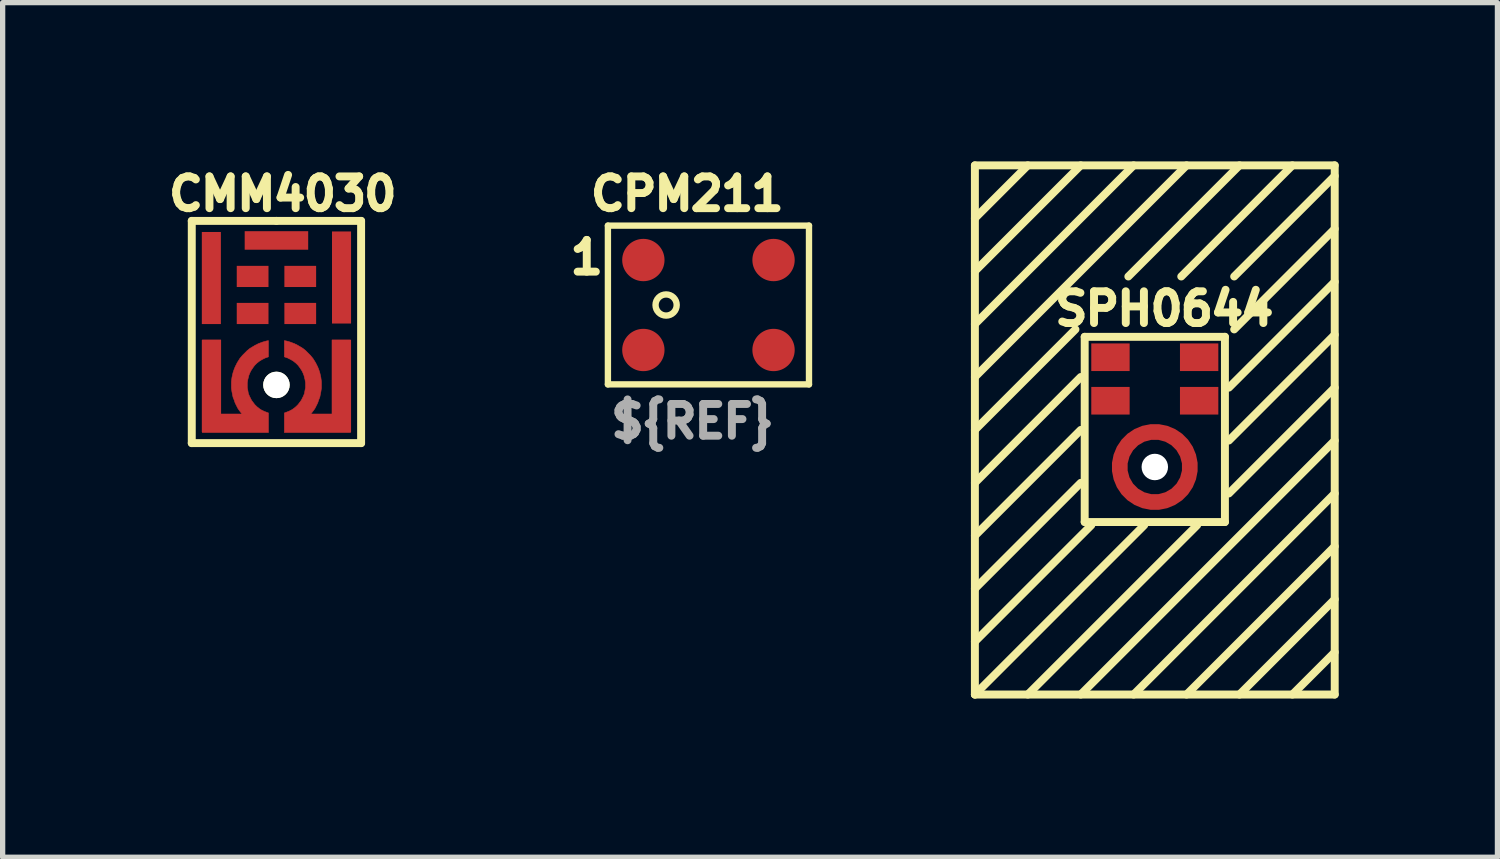
<source format=kicad_pcb>
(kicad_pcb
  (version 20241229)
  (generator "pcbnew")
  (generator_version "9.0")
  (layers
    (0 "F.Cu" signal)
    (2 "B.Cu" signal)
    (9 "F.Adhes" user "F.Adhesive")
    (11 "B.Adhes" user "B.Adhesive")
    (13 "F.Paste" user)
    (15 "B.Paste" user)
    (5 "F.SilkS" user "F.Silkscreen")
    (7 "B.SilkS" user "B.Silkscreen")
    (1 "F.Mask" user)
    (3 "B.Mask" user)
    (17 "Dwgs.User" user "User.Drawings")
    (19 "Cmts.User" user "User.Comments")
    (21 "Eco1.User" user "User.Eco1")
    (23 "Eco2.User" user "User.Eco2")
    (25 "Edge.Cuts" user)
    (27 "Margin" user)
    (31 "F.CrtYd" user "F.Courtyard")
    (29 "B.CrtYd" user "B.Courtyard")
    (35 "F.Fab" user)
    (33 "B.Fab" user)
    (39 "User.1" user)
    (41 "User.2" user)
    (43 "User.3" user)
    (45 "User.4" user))
  (footprint "CMM4030"
    (layer "F.Cu")
    (at 2.174 4.224)
    (property "Reference" "CMM4030" (at 0.12 -3.61 0) (layer "F.SilkS") (effects (font (size 0.6 0.6) (thickness 0.15))))
    (attr through_hole)
    (fp_poly (pts (xy -1.051 -0.85) (xy -1.401 -0.85) (xy -1.401 0.9) (xy -0.151 0.9) (xy -0.151 0.53) (xy -0.231 0.5) (xy -0.291 0.47) (xy -0.321 0.45) (xy -0.371 0.41) (xy -0.411 0.37) (xy -0.441 0.33) (xy -0.471 0.29) (xy -0.491 0.25) (xy -0.511 0.21) (xy -0.531 0.16) (xy -0.541 0.1) (xy -0.551 0.05) (xy -0.551 0.01) (xy -0.551 -0.04) (xy -0.541 -0.1) (xy -0.521 -0.18) (xy -0.501 -0.23) (xy -0.481 -0.27) (xy -0.441 -0.33) (xy -0.411 -0.37) (xy -0.371 -0.41) (xy -0.321 -0.45) (xy -0.271 -0.48) (xy -0.211 -0.51) (xy -0.152 -0.53) (xy -0.151 -0.837) (xy -0.191 -0.83) (xy -0.261 -0.81) (xy -0.341 -0.78) (xy -0.401 -0.75) (xy -0.451 -0.72) (xy -0.501 -0.69) (xy -0.551 -0.65) (xy -0.571 -0.63) (xy -0.641 -0.56) (xy -0.691 -0.5) (xy -0.741 -0.42) (xy -0.781 -0.34) (xy -0.801 -0.29) (xy -0.821 -0.23) (xy -0.841 -0.14) (xy -0.851 -0.06) (xy -0.851 0) (xy -0.851 0.06) (xy -0.841 0.13) (xy -0.821 0.23) (xy -0.801 0.28) (xy -0.781 0.34) (xy -0.751 0.4) (xy -0.731 0.44) (xy -0.711 0.47) (xy -0.681 0.51) (xy -0.649 0.55) (xy -1.051 0.55) (xy -1.051 -0.05)) (stroke (width 0.01) (type solid)) (fill yes) (layer "F.Cu"))
    (fp_poly (pts (xy 1.05 -0.85) (xy 1.4 -0.85) (xy 1.4 0.9) (xy 0.15 0.9) (xy 0.15 0.53) (xy 0.23 0.5) (xy 0.29 0.47) (xy 0.32 0.45) (xy 0.37 0.41) (xy 0.41 0.37) (xy 0.44 0.33) (xy 0.47 0.29) (xy 0.49 0.25) (xy 0.51 0.21) (xy 0.53 0.16) (xy 0.54 0.1) (xy 0.55 0.05) (xy 0.55 0.01) (xy 0.55 -0.04) (xy 0.54 -0.1) (xy 0.52 -0.18) (xy 0.5 -0.23) (xy 0.48 -0.27) (xy 0.44 -0.33) (xy 0.41 -0.37) (xy 0.37 -0.41) (xy 0.32 -0.45) (xy 0.27 -0.48) (xy 0.21 -0.51) (xy 0.151 -0.53) (xy 0.15 -0.837) (xy 0.19 -0.83) (xy 0.26 -0.81) (xy 0.34 -0.78) (xy 0.4 -0.75) (xy 0.45 -0.72) (xy 0.5 -0.69) (xy 0.55 -0.65) (xy 0.57 -0.63) (xy 0.64 -0.56) (xy 0.69 -0.5) (xy 0.74 -0.42) (xy 0.78 -0.34) (xy 0.8 -0.29) (xy 0.82 -0.23) (xy 0.84 -0.14) (xy 0.85 -0.06) (xy 0.85 0) (xy 0.85 0.06) (xy 0.84 0.13) (xy 0.82 0.23) (xy 0.8 0.28) (xy 0.78 0.34) (xy 0.75 0.4) (xy 0.73 0.44) (xy 0.71 0.47) (xy 0.68 0.51) (xy 0.648 0.55) (xy 1.05 0.55) (xy 1.05 -0.05)) (stroke (width 0.01) (type solid)) (fill yes) (layer "F.Cu"))
    (fp_poly (pts (xy -1.051 -0.85) (xy -1.401 -0.85) (xy -1.401 0.9) (xy -0.151 0.9) (xy -0.151 0.53) (xy -0.231 0.5) (xy -0.291 0.47) (xy -0.321 0.45) (xy -0.371 0.41) (xy -0.411 0.37) (xy -0.441 0.33) (xy -0.471 0.29) (xy -0.491 0.25) (xy -0.511 0.21) (xy -0.531 0.16) (xy -0.541 0.1) (xy -0.551 0.05) (xy -0.551 0.01) (xy -0.551 -0.04) (xy -0.541 -0.1) (xy -0.521 -0.18) (xy -0.501 -0.23) (xy -0.481 -0.27) (xy -0.441 -0.33) (xy -0.411 -0.37) (xy -0.371 -0.41) (xy -0.321 -0.45) (xy -0.271 -0.48) (xy -0.211 -0.51) (xy -0.152 -0.53) (xy -0.151 -0.837) (xy -0.191 -0.83) (xy -0.261 -0.81) (xy -0.341 -0.78) (xy -0.401 -0.75) (xy -0.451 -0.72) (xy -0.501 -0.69) (xy -0.551 -0.65) (xy -0.571 -0.63) (xy -0.641 -0.56) (xy -0.691 -0.5) (xy -0.741 -0.42) (xy -0.781 -0.34) (xy -0.801 -0.29) (xy -0.821 -0.23) (xy -0.841 -0.14) (xy -0.851 -0.06) (xy -0.851 0) (xy -0.851 0.06) (xy -0.841 0.13) (xy -0.821 0.23) (xy -0.801 0.28) (xy -0.781 0.34) (xy -0.751 0.4) (xy -0.731 0.44) (xy -0.711 0.47) (xy -0.681 0.51) (xy -0.649 0.55) (xy -1.051 0.55) (xy -1.051 -0.05)) (stroke (width 0.12) (type solid)) (fill yes) (layer "F.Mask"))
    (fp_poly (pts (xy 1.05 -0.85) (xy 1.4 -0.85) (xy 1.4 0.9) (xy 0.15 0.9) (xy 0.15 0.53) (xy 0.23 0.5) (xy 0.29 0.47) (xy 0.32 0.45) (xy 0.37 0.41) (xy 0.41 0.37) (xy 0.44 0.33) (xy 0.47 0.29) (xy 0.49 0.25) (xy 0.51 0.21) (xy 0.53 0.16) (xy 0.54 0.1) (xy 0.55 0.05) (xy 0.55 0.01) (xy 0.55 -0.04) (xy 0.54 -0.1) (xy 0.52 -0.18) (xy 0.5 -0.23) (xy 0.48 -0.27) (xy 0.44 -0.33) (xy 0.41 -0.37) (xy 0.37 -0.41) (xy 0.32 -0.45) (xy 0.27 -0.48) (xy 0.21 -0.51) (xy 0.151 -0.53) (xy 0.15 -0.837) (xy 0.19 -0.83) (xy 0.26 -0.81) (xy 0.34 -0.78) (xy 0.4 -0.75) (xy 0.45 -0.72) (xy 0.5 -0.69) (xy 0.55 -0.65) (xy 0.57 -0.63) (xy 0.64 -0.56) (xy 0.69 -0.5) (xy 0.74 -0.42) (xy 0.78 -0.34) (xy 0.8 -0.29) (xy 0.82 -0.23) (xy 0.84 -0.14) (xy 0.85 -0.06) (xy 0.85 0) (xy 0.85 0.06) (xy 0.84 0.13) (xy 0.82 0.23) (xy 0.8 0.28) (xy 0.78 0.34) (xy 0.75 0.4) (xy 0.73 0.44) (xy 0.71 0.47) (xy 0.68 0.51) (xy 0.648 0.55) (xy 1.05 0.55) (xy 1.05 -0.05)) (stroke (width 0.12) (type solid)) (fill yes) (layer "F.Mask"))
    (fp_line (start -1.6 -3.1) (end 0 -3.1) (stroke (width 0.15) (type solid)) (layer "F.SilkS"))
    (fp_line (start -1.6 1.1) (end -1.6 -3.1) (stroke (width 0.15) (type solid)) (layer "F.SilkS"))
    (fp_line (start 0 -3.1) (end 1.6 -3.1) (stroke (width 0.15) (type solid)) (layer "F.SilkS"))
    (fp_line (start 1.6 -3.1) (end 1.6 1.1) (stroke (width 0.15) (type solid)) (layer "F.SilkS"))
    (fp_line (start 1.6 1.1) (end -1.6 1.1) (stroke (width 0.15) (type solid)) (layer "F.SilkS"))
    (fp_poly (pts (xy -1.05 -0.85) (xy -1.4 -0.85) (xy -1.4 0.9) (xy -0.15 0.9) (xy -0.15 0.53) (xy -0.23 0.5) (xy -0.29 0.47) (xy -0.32 0.45) (xy -0.37 0.41) (xy -0.41 0.37) (xy -0.44 0.33) (xy -0.47 0.29) (xy -0.49 0.25) (xy -0.51 0.21) (xy -0.53 0.16) (xy -0.54 0.1) (xy -0.55 0.05) (xy -0.55 0.01) (xy -0.55 -0.04) (xy -0.54 -0.1) (xy -0.52 -0.18) (xy -0.5 -0.23) (xy -0.48 -0.27) (xy -0.44 -0.33) (xy -0.41 -0.37) (xy -0.37 -0.41) (xy -0.32 -0.45) (xy -0.27 -0.48) (xy -0.21 -0.51) (xy -0.151 -0.53) (xy -0.15 -0.837) (xy -0.19 -0.83) (xy -0.26 -0.81) (xy -0.34 -0.78) (xy -0.4 -0.75) (xy -0.45 -0.72) (xy -0.5 -0.69) (xy -0.55 -0.65) (xy -0.57 -0.63) (xy -0.64 -0.56) (xy -0.69 -0.5) (xy -0.74 -0.42) (xy -0.78 -0.34) (xy -0.8 -0.29) (xy -0.82 -0.23) (xy -0.84 -0.14) (xy -0.85 -0.06) (xy -0.85 0) (xy -0.85 0.06) (xy -0.84 0.13) (xy -0.82 0.23) (xy -0.8 0.28) (xy -0.78 0.34) (xy -0.75 0.4) (xy -0.73 0.44) (xy -0.71 0.47) (xy -0.68 0.51) (xy -0.648 0.55) (xy -1.05 0.55) (xy -1.05 -0.05)) (stroke (width 0.01) (type solid)) (fill yes) (layer "F.Paste"))
    (fp_poly (pts (xy 1.049 -0.85) (xy 1.399 -0.85) (xy 1.399 0.9) (xy 0.149 0.9) (xy 0.149 0.53) (xy 0.229 0.5) (xy 0.289 0.47) (xy 0.319 0.45) (xy 0.369 0.41) (xy 0.409 0.37) (xy 0.439 0.33) (xy 0.469 0.29) (xy 0.489 0.25) (xy 0.509 0.21) (xy 0.529 0.16) (xy 0.539 0.1) (xy 0.549 0.05) (xy 0.549 0.01) (xy 0.549 -0.04) (xy 0.539 -0.1) (xy 0.519 -0.18) (xy 0.499 -0.23) (xy 0.479 -0.27) (xy 0.439 -0.33) (xy 0.409 -0.37) (xy 0.369 -0.41) (xy 0.319 -0.45) (xy 0.269 -0.48) (xy 0.209 -0.51) (xy 0.15 -0.53) (xy 0.149 -0.837) (xy 0.189 -0.83) (xy 0.259 -0.81) (xy 0.339 -0.78) (xy 0.399 -0.75) (xy 0.449 -0.72) (xy 0.499 -0.69) (xy 0.549 -0.65) (xy 0.569 -0.63) (xy 0.639 -0.56) (xy 0.689 -0.5) (xy 0.739 -0.42) (xy 0.779 -0.34) (xy 0.799 -0.29) (xy 0.819 -0.23) (xy 0.839 -0.14) (xy 0.849 -0.06) (xy 0.849 -0.000249) (xy 0.849 0.06) (xy 0.839 0.13) (xy 0.819 0.23) (xy 0.799 0.28) (xy 0.779 0.34) (xy 0.749 0.4) (xy 0.729 0.44) (xy 0.709 0.47) (xy 0.679 0.51) (xy 0.647 0.55) (xy 1.049 0.55) (xy 1.049 -0.05)) (stroke (width 0.01) (type solid)) (fill yes) (layer "F.Paste"))
    (pad "" np_thru_hole circle (at 0 0) (size 0.5 0.5) (drill 0.5) (layers "*.Cu" "*.Mask" "F.SilkS"))
    (pad "1" smd rect (at 0.45 -1.35) (size 0.6 0.4) (layers "F.Cu" "F.Mask" "F.Paste"))
    (pad "2" smd rect (at 0.45 -2.05) (size 0.6 0.4) (layers "F.Cu" "F.Mask" "F.Paste"))
    (pad "3" smd rect (at -0.45 -2.05) (size 0.6 0.4) (layers "F.Cu" "F.Mask" "F.Paste"))
    (pad "4" smd rect (at -0.45 -1.35) (size 0.6 0.4) (layers "F.Cu" "F.Mask" "F.Paste"))
    (pad "5" smd rect (at -1.23 -2.02) (size 0.36 1.74) (layers "F.Cu" "F.Mask" "F.Paste"))
    (pad "5" smd rect (at -1.23 0.02) (size 0.36 1.74) (layers "F.Cu" "F.Mask" "F.Paste"))
    (pad "5" smd rect (at 0 -2.73) (size 1.2 0.35) (layers "F.Cu" "F.Mask" "F.Paste"))
    (pad "5" smd rect (at 1.23 -2.03) (size 0.36 1.74) (layers "F.Cu" "F.Mask" "F.Paste"))
    (pad "5" smd rect (at 1.23 0.02) (size 0.36 1.74) (layers "F.Cu" "F.Mask" "F.Paste")))
  (footprint "CPM211"
    (layer "F.Cu")
    (at 10.338 2.714)
    (property "Reference" "CPM211" (at -0.4 -2.1 0) (unlocked yes) (layer "F.SilkS") (effects (font (size 0.6 0.6) (thickness 0.15))))
    (attr through_hole)
    (fp_line (start -1.9 -1.5) (end -1.9 1.5) (stroke (width 0.12) (type solid)) (layer "F.SilkS"))
    (fp_line (start -1.9 1.5) (end 1.9 1.5) (stroke (width 0.12) (type solid)) (layer "F.SilkS"))
    (fp_line (start 1.9 -1.5) (end -1.9 -1.5) (stroke (width 0.12) (type solid)) (layer "F.SilkS"))
    (fp_line (start 1.9 1.5) (end 1.9 -1.5) (stroke (width 0.12) (type solid)) (layer "F.SilkS"))
    (fp_circle (center -0.8 0) (end -0.6 0) (stroke (width 0.12) (type solid)) (fill no) (layer "F.SilkS"))
    (fp_text user "1" (at -2.3 -0.9 0) (unlocked yes) (layer "F.SilkS") (effects (font (size 0.6 0.6) (thickness 0.15))))
    (fp_text user "${REF}" (at -0.3 2.2 0) (unlocked yes) (layer "F.Fab") (effects (font (size 0.6 0.6) (thickness 0.15))))
    (pad "1" smd circle (at -1.23 -0.85) (size 0.8 0.8) (layers "F.Cu" "F.Mask" "F.Paste"))
    (pad "2" smd circle (at 1.23 -0.85) (size 0.8 0.8) (layers "F.Cu" "F.Mask" "F.Paste"))
    (pad "3" smd circle (at 1.23 0.85) (size 0.8 0.8) (layers "F.Cu" "F.Mask" "F.Paste"))
    (pad "4" smd circle (at -1.23 0.85) (size 0.8 0.8) (layers "F.Cu" "F.Mask" "F.Paste")))
  (footprint "SPH0644"
    (layer "F.Cu")
    (at 18.773 5.775)
    (property "Reference" "SPH0644" (at 0.18 -2.99 0) (layer "F.SilkS") (effects (font (size 0.6 0.6) (thickness 0.15))))
    (attr through_hole)
    (fp_circle (center 0 0) (end 0.662 0) (stroke (width 0.4) (type solid)) (fill no) (layer "F.Mask"))
    (fp_line (start -3.4 -5.7) (end -3.4 4.3) (stroke (width 0.15) (type solid)) (layer "F.SilkS"))
    (fp_line (start -3.4 -5.7) (end 3.4 -5.7) (stroke (width 0.15) (type solid)) (layer "F.SilkS"))
    (fp_line (start -3.4 -1.7) (end 0.6 -5.7) (stroke (width 0.15) (type solid)) (layer "F.SilkS"))
    (fp_line (start -3.4 -0.7) (end -1.5 -2.6) (stroke (width 0.15) (type solid)) (layer "F.SilkS"))
    (fp_line (start -3.4 0.3) (end -1.4 -1.7) (stroke (width 0.15) (type solid)) (layer "F.SilkS"))
    (fp_line (start -3.4 1.3) (end -1.4 -0.7) (stroke (width 0.15) (type solid)) (layer "F.SilkS"))
    (fp_line (start -3.4 2.3) (end -1.4 0.3) (stroke (width 0.15) (type solid)) (layer "F.SilkS"))
    (fp_line (start -3.4 3.3) (end -1.2 1.1) (stroke (width 0.15) (type solid)) (layer "F.SilkS"))
    (fp_line (start -3.4 4.3) (end -0.2 1.1) (stroke (width 0.15) (type solid)) (layer "F.SilkS"))
    (fp_line (start -2.4 -5.7) (end -3.4 -4.7) (stroke (width 0.15) (type solid)) (layer "F.SilkS"))
    (fp_line (start -2.4 4.3) (end 0.8 1.1) (stroke (width 0.15) (type solid)) (layer "F.SilkS"))
    (fp_line (start -1.4 -5.7) (end -3.4 -3.7) (stroke (width 0.15) (type solid)) (layer "F.SilkS"))
    (fp_line (start -1.4 4.3) (end 3.4 -0.5) (stroke (width 0.15) (type solid)) (layer "F.SilkS"))
    (fp_line (start -1.325 -2.46) (end -1.325 1.04) (stroke (width 0.15) (type solid)) (layer "F.SilkS"))
    (fp_line (start -1.325 -2.46) (end 1.325 -2.46) (stroke (width 0.15) (type solid)) (layer "F.SilkS"))
    (fp_line (start -1.325 1.04) (end 1.325 1.04) (stroke (width 0.15) (type solid)) (layer "F.SilkS"))
    (fp_line (start -0.4 -5.7) (end -3.4 -2.7) (stroke (width 0.15) (type solid)) (layer "F.SilkS"))
    (fp_line (start -0.4 4.3) (end 3.4 0.5) (stroke (width 0.15) (type solid)) (layer "F.SilkS"))
    (fp_line (start 0.6 4.3) (end 3.4 1.5) (stroke (width 0.15) (type solid)) (layer "F.SilkS"))
    (fp_line (start 1.325 -2.46) (end 1.325 1.04) (stroke (width 0.15) (type solid)) (layer "F.SilkS"))
    (fp_line (start 1.6 -5.7) (end -0.5 -3.6) (stroke (width 0.15) (type solid)) (layer "F.SilkS"))
    (fp_line (start 1.6 4.3) (end 3.4 2.5) (stroke (width 0.15) (type solid)) (layer "F.SilkS"))
    (fp_line (start 2.6 -5.7) (end 0.5 -3.6) (stroke (width 0.15) (type solid)) (layer "F.SilkS"))
    (fp_line (start 2.6 4.3) (end 3.4 3.5) (stroke (width 0.15) (type solid)) (layer "F.SilkS"))
    (fp_line (start 3.4 -5.7) (end 3.4 4.3) (stroke (width 0.15) (type solid)) (layer "F.SilkS"))
    (fp_line (start 3.4 -5.5) (end 1.5 -3.6) (stroke (width 0.15) (type solid)) (layer "F.SilkS"))
    (fp_line (start 3.4 -4.5) (end 1.5 -2.6) (stroke (width 0.15) (type solid)) (layer "F.SilkS"))
    (fp_line (start 3.4 -3.5) (end 1.4 -1.5) (stroke (width 0.15) (type solid)) (layer "F.SilkS"))
    (fp_line (start 3.4 -2.5) (end 1.4 -0.5) (stroke (width 0.15) (type solid)) (layer "F.SilkS"))
    (fp_line (start 3.4 -1.5) (end 1.4 0.5) (stroke (width 0.15) (type solid)) (layer "F.SilkS"))
    (fp_line (start 3.4 4.3) (end -3.4 4.3) (stroke (width 0.15) (type solid)) (layer "F.SilkS"))
    (pad "" np_thru_hole circle (at 0 0) (size 0.5 0.5) (drill 0.5) (layers "*.Cu" "*.Mask"))
    (pad "1" smd rect (at -0.838 -2.074) (size 0.725 0.522) (layers "F.Cu" "F.Mask"))
    (pad "2" smd rect (at -0.838 -1.252) (size 0.725 0.522) (layers "F.Cu" "F.Mask"))
    (pad "3" smd custom (at 0.65 0.01) (size 0.2 0.2) (layers "F.Cu" "F.Mask") (options (anchor circle)) (primitives (gr_circle (center -0.65 -0.01) (end 0.013 -0.01) (width 0.3) (fill no))))
    (pad "4" smd rect (at 0.838 -1.252) (size 0.725 0.522) (layers "F.Cu" "F.Mask"))
    (pad "5" smd rect (at 0.838 -2.074) (size 0.725 0.522) (layers "F.Cu" "F.Mask")))
  (gr_rect
    (start -3 -3)
    (end 25.248 13.15)
    (stroke (width 0.1) (type default))
    (fill no)
    (layer "Edge.Cuts")))
</source>
